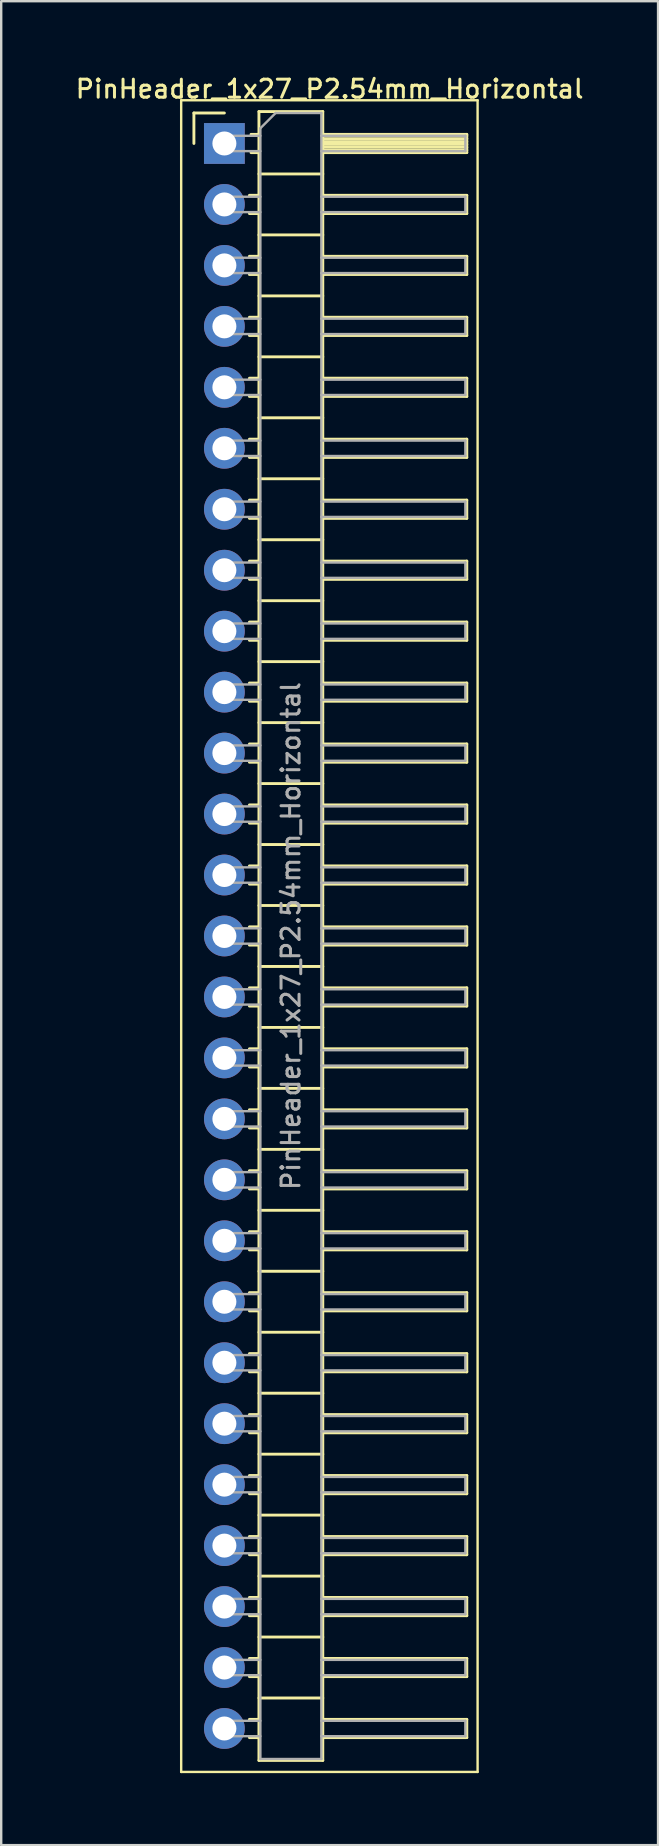
<source format=kicad_pcb>
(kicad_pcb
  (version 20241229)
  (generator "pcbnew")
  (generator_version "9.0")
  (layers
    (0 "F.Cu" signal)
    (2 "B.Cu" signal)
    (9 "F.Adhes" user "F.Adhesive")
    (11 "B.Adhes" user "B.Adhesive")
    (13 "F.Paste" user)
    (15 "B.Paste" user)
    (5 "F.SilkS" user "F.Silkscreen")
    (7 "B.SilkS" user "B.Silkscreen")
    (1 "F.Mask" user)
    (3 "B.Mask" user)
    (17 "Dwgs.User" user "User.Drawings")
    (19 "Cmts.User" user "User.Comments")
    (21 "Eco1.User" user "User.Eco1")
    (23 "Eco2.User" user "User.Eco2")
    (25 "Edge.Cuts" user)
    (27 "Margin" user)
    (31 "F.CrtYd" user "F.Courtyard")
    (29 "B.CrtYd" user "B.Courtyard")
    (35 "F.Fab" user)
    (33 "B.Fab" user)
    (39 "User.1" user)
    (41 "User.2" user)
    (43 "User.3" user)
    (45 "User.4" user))
  (footprint "PinHeader_1x27_P2.54mm_Horizontal"
    (layer "F.Cu")
    (at 6.299 2.928)
    (property "Reference" "PinHeader_1x27_P2.54mm_Horizontal" (at 4.385 -2.27 0) (layer "F.SilkS") (effects (font (size 0.75 0.75) (thickness 0.125))))
    (attr through_hole)
    (fp_line (start -1.8 -1.8) (end -1.8 67.85) (stroke (width 0.1) (type solid)) (layer "F.SilkS"))
    (fp_line (start -1.8 67.85) (end 10.55 67.85) (stroke (width 0.1) (type solid)) (layer "F.SilkS"))
    (fp_line (start -1.27 -1.27) (end 0 -1.27) (stroke (width 0.12) (type solid)) (layer "F.SilkS"))
    (fp_line (start -1.27 0) (end -1.27 -1.27) (stroke (width 0.12) (type solid)) (layer "F.SilkS"))
    (fp_line (start 1.043 2.16) (end 1.44 2.16) (stroke (width 0.12) (type solid)) (layer "F.SilkS"))
    (fp_line (start 1.043 2.92) (end 1.44 2.92) (stroke (width 0.12) (type solid)) (layer "F.SilkS"))
    (fp_line (start 1.043 4.7) (end 1.44 4.7) (stroke (width 0.12) (type solid)) (layer "F.SilkS"))
    (fp_line (start 1.043 5.46) (end 1.44 5.46) (stroke (width 0.12) (type solid)) (layer "F.SilkS"))
    (fp_line (start 1.043 7.24) (end 1.44 7.24) (stroke (width 0.12) (type solid)) (layer "F.SilkS"))
    (fp_line (start 1.043 8) (end 1.44 8) (stroke (width 0.12) (type solid)) (layer "F.SilkS"))
    (fp_line (start 1.043 9.78) (end 1.44 9.78) (stroke (width 0.12) (type solid)) (layer "F.SilkS"))
    (fp_line (start 1.043 10.54) (end 1.44 10.54) (stroke (width 0.12) (type solid)) (layer "F.SilkS"))
    (fp_line (start 1.043 12.32) (end 1.44 12.32) (stroke (width 0.12) (type solid)) (layer "F.SilkS"))
    (fp_line (start 1.043 13.08) (end 1.44 13.08) (stroke (width 0.12) (type solid)) (layer "F.SilkS"))
    (fp_line (start 1.043 14.86) (end 1.44 14.86) (stroke (width 0.12) (type solid)) (layer "F.SilkS"))
    (fp_line (start 1.043 15.62) (end 1.44 15.62) (stroke (width 0.12) (type solid)) (layer "F.SilkS"))
    (fp_line (start 1.043 17.4) (end 1.44 17.4) (stroke (width 0.12) (type solid)) (layer "F.SilkS"))
    (fp_line (start 1.043 18.16) (end 1.44 18.16) (stroke (width 0.12) (type solid)) (layer "F.SilkS"))
    (fp_line (start 1.043 19.94) (end 1.44 19.94) (stroke (width 0.12) (type solid)) (layer "F.SilkS"))
    (fp_line (start 1.043 20.7) (end 1.44 20.7) (stroke (width 0.12) (type solid)) (layer "F.SilkS"))
    (fp_line (start 1.043 22.48) (end 1.44 22.48) (stroke (width 0.12) (type solid)) (layer "F.SilkS"))
    (fp_line (start 1.043 23.24) (end 1.44 23.24) (stroke (width 0.12) (type solid)) (layer "F.SilkS"))
    (fp_line (start 1.043 25.02) (end 1.44 25.02) (stroke (width 0.12) (type solid)) (layer "F.SilkS"))
    (fp_line (start 1.043 25.78) (end 1.44 25.78) (stroke (width 0.12) (type solid)) (layer "F.SilkS"))
    (fp_line (start 1.043 27.56) (end 1.44 27.56) (stroke (width 0.12) (type solid)) (layer "F.SilkS"))
    (fp_line (start 1.043 28.32) (end 1.44 28.32) (stroke (width 0.12) (type solid)) (layer "F.SilkS"))
    (fp_line (start 1.043 30.1) (end 1.44 30.1) (stroke (width 0.12) (type solid)) (layer "F.SilkS"))
    (fp_line (start 1.043 30.86) (end 1.44 30.86) (stroke (width 0.12) (type solid)) (layer "F.SilkS"))
    (fp_line (start 1.043 32.64) (end 1.44 32.64) (stroke (width 0.12) (type solid)) (layer "F.SilkS"))
    (fp_line (start 1.043 33.4) (end 1.44 33.4) (stroke (width 0.12) (type solid)) (layer "F.SilkS"))
    (fp_line (start 1.043 35.18) (end 1.44 35.18) (stroke (width 0.12) (type solid)) (layer "F.SilkS"))
    (fp_line (start 1.043 35.94) (end 1.44 35.94) (stroke (width 0.12) (type solid)) (layer "F.SilkS"))
    (fp_line (start 1.043 37.72) (end 1.44 37.72) (stroke (width 0.12) (type solid)) (layer "F.SilkS"))
    (fp_line (start 1.043 38.48) (end 1.44 38.48) (stroke (width 0.12) (type solid)) (layer "F.SilkS"))
    (fp_line (start 1.043 40.26) (end 1.44 40.26) (stroke (width 0.12) (type solid)) (layer "F.SilkS"))
    (fp_line (start 1.043 41.02) (end 1.44 41.02) (stroke (width 0.12) (type solid)) (layer "F.SilkS"))
    (fp_line (start 1.043 42.8) (end 1.44 42.8) (stroke (width 0.12) (type solid)) (layer "F.SilkS"))
    (fp_line (start 1.043 43.56) (end 1.44 43.56) (stroke (width 0.12) (type solid)) (layer "F.SilkS"))
    (fp_line (start 1.043 45.34) (end 1.44 45.34) (stroke (width 0.12) (type solid)) (layer "F.SilkS"))
    (fp_line (start 1.043 46.1) (end 1.44 46.1) (stroke (width 0.12) (type solid)) (layer "F.SilkS"))
    (fp_line (start 1.043 47.88) (end 1.44 47.88) (stroke (width 0.12) (type solid)) (layer "F.SilkS"))
    (fp_line (start 1.043 48.64) (end 1.44 48.64) (stroke (width 0.12) (type solid)) (layer "F.SilkS"))
    (fp_line (start 1.043 50.42) (end 1.44 50.42) (stroke (width 0.12) (type solid)) (layer "F.SilkS"))
    (fp_line (start 1.043 51.18) (end 1.44 51.18) (stroke (width 0.12) (type solid)) (layer "F.SilkS"))
    (fp_line (start 1.043 52.96) (end 1.44 52.96) (stroke (width 0.12) (type solid)) (layer "F.SilkS"))
    (fp_line (start 1.043 53.72) (end 1.44 53.72) (stroke (width 0.12) (type solid)) (layer "F.SilkS"))
    (fp_line (start 1.043 55.5) (end 1.44 55.5) (stroke (width 0.12) (type solid)) (layer "F.SilkS"))
    (fp_line (start 1.043 56.26) (end 1.44 56.26) (stroke (width 0.12) (type solid)) (layer "F.SilkS"))
    (fp_line (start 1.043 58.04) (end 1.44 58.04) (stroke (width 0.12) (type solid)) (layer "F.SilkS"))
    (fp_line (start 1.043 58.8) (end 1.44 58.8) (stroke (width 0.12) (type solid)) (layer "F.SilkS"))
    (fp_line (start 1.043 60.58) (end 1.44 60.58) (stroke (width 0.12) (type solid)) (layer "F.SilkS"))
    (fp_line (start 1.043 61.34) (end 1.44 61.34) (stroke (width 0.12) (type solid)) (layer "F.SilkS"))
    (fp_line (start 1.043 63.12) (end 1.44 63.12) (stroke (width 0.12) (type solid)) (layer "F.SilkS"))
    (fp_line (start 1.043 63.88) (end 1.44 63.88) (stroke (width 0.12) (type solid)) (layer "F.SilkS"))
    (fp_line (start 1.043 65.66) (end 1.44 65.66) (stroke (width 0.12) (type solid)) (layer "F.SilkS"))
    (fp_line (start 1.043 66.42) (end 1.44 66.42) (stroke (width 0.12) (type solid)) (layer "F.SilkS"))
    (fp_line (start 1.11 -0.38) (end 1.44 -0.38) (stroke (width 0.12) (type solid)) (layer "F.SilkS"))
    (fp_line (start 1.11 0.38) (end 1.44 0.38) (stroke (width 0.12) (type solid)) (layer "F.SilkS"))
    (fp_line (start 1.44 -1.33) (end 1.44 67.37) (stroke (width 0.12) (type solid)) (layer "F.SilkS"))
    (fp_line (start 1.44 1.27) (end 4.1 1.27) (stroke (width 0.12) (type solid)) (layer "F.SilkS"))
    (fp_line (start 1.44 3.81) (end 4.1 3.81) (stroke (width 0.12) (type solid)) (layer "F.SilkS"))
    (fp_line (start 1.44 6.35) (end 4.1 6.35) (stroke (width 0.12) (type solid)) (layer "F.SilkS"))
    (fp_line (start 1.44 8.89) (end 4.1 8.89) (stroke (width 0.12) (type solid)) (layer "F.SilkS"))
    (fp_line (start 1.44 11.43) (end 4.1 11.43) (stroke (width 0.12) (type solid)) (layer "F.SilkS"))
    (fp_line (start 1.44 13.97) (end 4.1 13.97) (stroke (width 0.12) (type solid)) (layer "F.SilkS"))
    (fp_line (start 1.44 16.51) (end 4.1 16.51) (stroke (width 0.12) (type solid)) (layer "F.SilkS"))
    (fp_line (start 1.44 19.05) (end 4.1 19.05) (stroke (width 0.12) (type solid)) (layer "F.SilkS"))
    (fp_line (start 1.44 21.59) (end 4.1 21.59) (stroke (width 0.12) (type solid)) (layer "F.SilkS"))
    (fp_line (start 1.44 24.13) (end 4.1 24.13) (stroke (width 0.12) (type solid)) (layer "F.SilkS"))
    (fp_line (start 1.44 26.67) (end 4.1 26.67) (stroke (width 0.12) (type solid)) (layer "F.SilkS"))
    (fp_line (start 1.44 29.21) (end 4.1 29.21) (stroke (width 0.12) (type solid)) (layer "F.SilkS"))
    (fp_line (start 1.44 31.75) (end 4.1 31.75) (stroke (width 0.12) (type solid)) (layer "F.SilkS"))
    (fp_line (start 1.44 34.29) (end 4.1 34.29) (stroke (width 0.12) (type solid)) (layer "F.SilkS"))
    (fp_line (start 1.44 36.83) (end 4.1 36.83) (stroke (width 0.12) (type solid)) (layer "F.SilkS"))
    (fp_line (start 1.44 39.37) (end 4.1 39.37) (stroke (width 0.12) (type solid)) (layer "F.SilkS"))
    (fp_line (start 1.44 41.91) (end 4.1 41.91) (stroke (width 0.12) (type solid)) (layer "F.SilkS"))
    (fp_line (start 1.44 44.45) (end 4.1 44.45) (stroke (width 0.12) (type solid)) (layer "F.SilkS"))
    (fp_line (start 1.44 46.99) (end 4.1 46.99) (stroke (width 0.12) (type solid)) (layer "F.SilkS"))
    (fp_line (start 1.44 49.53) (end 4.1 49.53) (stroke (width 0.12) (type solid)) (layer "F.SilkS"))
    (fp_line (start 1.44 52.07) (end 4.1 52.07) (stroke (width 0.12) (type solid)) (layer "F.SilkS"))
    (fp_line (start 1.44 54.61) (end 4.1 54.61) (stroke (width 0.12) (type solid)) (layer "F.SilkS"))
    (fp_line (start 1.44 57.15) (end 4.1 57.15) (stroke (width 0.12) (type solid)) (layer "F.SilkS"))
    (fp_line (start 1.44 59.69) (end 4.1 59.69) (stroke (width 0.12) (type solid)) (layer "F.SilkS"))
    (fp_line (start 1.44 62.23) (end 4.1 62.23) (stroke (width 0.12) (type solid)) (layer "F.SilkS"))
    (fp_line (start 1.44 64.77) (end 4.1 64.77) (stroke (width 0.12) (type solid)) (layer "F.SilkS"))
    (fp_line (start 1.44 67.37) (end 4.1 67.37) (stroke (width 0.12) (type solid)) (layer "F.SilkS"))
    (fp_line (start 4.1 -1.33) (end 1.44 -1.33) (stroke (width 0.12) (type solid)) (layer "F.SilkS"))
    (fp_line (start 4.1 -0.38) (end 10.1 -0.38) (stroke (width 0.12) (type solid)) (layer "F.SilkS"))
    (fp_line (start 4.1 -0.32) (end 10.1 -0.32) (stroke (width 0.12) (type solid)) (layer "F.SilkS"))
    (fp_line (start 4.1 -0.2) (end 10.1 -0.2) (stroke (width 0.12) (type solid)) (layer "F.SilkS"))
    (fp_line (start 4.1 -0.08) (end 10.1 -0.08) (stroke (width 0.12) (type solid)) (layer "F.SilkS"))
    (fp_line (start 4.1 0.04) (end 10.1 0.04) (stroke (width 0.12) (type solid)) (layer "F.SilkS"))
    (fp_line (start 4.1 0.16) (end 10.1 0.16) (stroke (width 0.12) (type solid)) (layer "F.SilkS"))
    (fp_line (start 4.1 0.28) (end 10.1 0.28) (stroke (width 0.12) (type solid)) (layer "F.SilkS"))
    (fp_line (start 4.1 2.16) (end 10.1 2.16) (stroke (width 0.12) (type solid)) (layer "F.SilkS"))
    (fp_line (start 4.1 4.7) (end 10.1 4.7) (stroke (width 0.12) (type solid)) (layer "F.SilkS"))
    (fp_line (start 4.1 7.24) (end 10.1 7.24) (stroke (width 0.12) (type solid)) (layer "F.SilkS"))
    (fp_line (start 4.1 9.78) (end 10.1 9.78) (stroke (width 0.12) (type solid)) (layer "F.SilkS"))
    (fp_line (start 4.1 12.32) (end 10.1 12.32) (stroke (width 0.12) (type solid)) (layer "F.SilkS"))
    (fp_line (start 4.1 14.86) (end 10.1 14.86) (stroke (width 0.12) (type solid)) (layer "F.SilkS"))
    (fp_line (start 4.1 17.4) (end 10.1 17.4) (stroke (width 0.12) (type solid)) (layer "F.SilkS"))
    (fp_line (start 4.1 19.94) (end 10.1 19.94) (stroke (width 0.12) (type solid)) (layer "F.SilkS"))
    (fp_line (start 4.1 22.48) (end 10.1 22.48) (stroke (width 0.12) (type solid)) (layer "F.SilkS"))
    (fp_line (start 4.1 25.02) (end 10.1 25.02) (stroke (width 0.12) (type solid)) (layer "F.SilkS"))
    (fp_line (start 4.1 27.56) (end 10.1 27.56) (stroke (width 0.12) (type solid)) (layer "F.SilkS"))
    (fp_line (start 4.1 30.1) (end 10.1 30.1) (stroke (width 0.12) (type solid)) (layer "F.SilkS"))
    (fp_line (start 4.1 32.64) (end 10.1 32.64) (stroke (width 0.12) (type solid)) (layer "F.SilkS"))
    (fp_line (start 4.1 35.18) (end 10.1 35.18) (stroke (width 0.12) (type solid)) (layer "F.SilkS"))
    (fp_line (start 4.1 37.72) (end 10.1 37.72) (stroke (width 0.12) (type solid)) (layer "F.SilkS"))
    (fp_line (start 4.1 40.26) (end 10.1 40.26) (stroke (width 0.12) (type solid)) (layer "F.SilkS"))
    (fp_line (start 4.1 42.8) (end 10.1 42.8) (stroke (width 0.12) (type solid)) (layer "F.SilkS"))
    (fp_line (start 4.1 45.34) (end 10.1 45.34) (stroke (width 0.12) (type solid)) (layer "F.SilkS"))
    (fp_line (start 4.1 47.88) (end 10.1 47.88) (stroke (width 0.12) (type solid)) (layer "F.SilkS"))
    (fp_line (start 4.1 50.42) (end 10.1 50.42) (stroke (width 0.12) (type solid)) (layer "F.SilkS"))
    (fp_line (start 4.1 52.96) (end 10.1 52.96) (stroke (width 0.12) (type solid)) (layer "F.SilkS"))
    (fp_line (start 4.1 55.5) (end 10.1 55.5) (stroke (width 0.12) (type solid)) (layer "F.SilkS"))
    (fp_line (start 4.1 58.04) (end 10.1 58.04) (stroke (width 0.12) (type solid)) (layer "F.SilkS"))
    (fp_line (start 4.1 60.58) (end 10.1 60.58) (stroke (width 0.12) (type solid)) (layer "F.SilkS"))
    (fp_line (start 4.1 63.12) (end 10.1 63.12) (stroke (width 0.12) (type solid)) (layer "F.SilkS"))
    (fp_line (start 4.1 65.66) (end 10.1 65.66) (stroke (width 0.12) (type solid)) (layer "F.SilkS"))
    (fp_line (start 4.1 67.37) (end 4.1 -1.33) (stroke (width 0.12) (type solid)) (layer "F.SilkS"))
    (fp_line (start 10.1 -0.38) (end 10.1 0.38) (stroke (width 0.12) (type solid)) (layer "F.SilkS"))
    (fp_line (start 10.1 0.38) (end 4.1 0.38) (stroke (width 0.12) (type solid)) (layer "F.SilkS"))
    (fp_line (start 10.1 2.16) (end 10.1 2.92) (stroke (width 0.12) (type solid)) (layer "F.SilkS"))
    (fp_line (start 10.1 2.92) (end 4.1 2.92) (stroke (width 0.12) (type solid)) (layer "F.SilkS"))
    (fp_line (start 10.1 4.7) (end 10.1 5.46) (stroke (width 0.12) (type solid)) (layer "F.SilkS"))
    (fp_line (start 10.1 5.46) (end 4.1 5.46) (stroke (width 0.12) (type solid)) (layer "F.SilkS"))
    (fp_line (start 10.1 7.24) (end 10.1 8) (stroke (width 0.12) (type solid)) (layer "F.SilkS"))
    (fp_line (start 10.1 8) (end 4.1 8) (stroke (width 0.12) (type solid)) (layer "F.SilkS"))
    (fp_line (start 10.1 9.78) (end 10.1 10.54) (stroke (width 0.12) (type solid)) (layer "F.SilkS"))
    (fp_line (start 10.1 10.54) (end 4.1 10.54) (stroke (width 0.12) (type solid)) (layer "F.SilkS"))
    (fp_line (start 10.1 12.32) (end 10.1 13.08) (stroke (width 0.12) (type solid)) (layer "F.SilkS"))
    (fp_line (start 10.1 13.08) (end 4.1 13.08) (stroke (width 0.12) (type solid)) (layer "F.SilkS"))
    (fp_line (start 10.1 14.86) (end 10.1 15.62) (stroke (width 0.12) (type solid)) (layer "F.SilkS"))
    (fp_line (start 10.1 15.62) (end 4.1 15.62) (stroke (width 0.12) (type solid)) (layer "F.SilkS"))
    (fp_line (start 10.1 17.4) (end 10.1 18.16) (stroke (width 0.12) (type solid)) (layer "F.SilkS"))
    (fp_line (start 10.1 18.16) (end 4.1 18.16) (stroke (width 0.12) (type solid)) (layer "F.SilkS"))
    (fp_line (start 10.1 19.94) (end 10.1 20.7) (stroke (width 0.12) (type solid)) (layer "F.SilkS"))
    (fp_line (start 10.1 20.7) (end 4.1 20.7) (stroke (width 0.12) (type solid)) (layer "F.SilkS"))
    (fp_line (start 10.1 22.48) (end 10.1 23.24) (stroke (width 0.12) (type solid)) (layer "F.SilkS"))
    (fp_line (start 10.1 23.24) (end 4.1 23.24) (stroke (width 0.12) (type solid)) (layer "F.SilkS"))
    (fp_line (start 10.1 25.02) (end 10.1 25.78) (stroke (width 0.12) (type solid)) (layer "F.SilkS"))
    (fp_line (start 10.1 25.78) (end 4.1 25.78) (stroke (width 0.12) (type solid)) (layer "F.SilkS"))
    (fp_line (start 10.1 27.56) (end 10.1 28.32) (stroke (width 0.12) (type solid)) (layer "F.SilkS"))
    (fp_line (start 10.1 28.32) (end 4.1 28.32) (stroke (width 0.12) (type solid)) (layer "F.SilkS"))
    (fp_line (start 10.1 30.1) (end 10.1 30.86) (stroke (width 0.12) (type solid)) (layer "F.SilkS"))
    (fp_line (start 10.1 30.86) (end 4.1 30.86) (stroke (width 0.12) (type solid)) (layer "F.SilkS"))
    (fp_line (start 10.1 32.64) (end 10.1 33.4) (stroke (width 0.12) (type solid)) (layer "F.SilkS"))
    (fp_line (start 10.1 33.4) (end 4.1 33.4) (stroke (width 0.12) (type solid)) (layer "F.SilkS"))
    (fp_line (start 10.1 35.18) (end 10.1 35.94) (stroke (width 0.12) (type solid)) (layer "F.SilkS"))
    (fp_line (start 10.1 35.94) (end 4.1 35.94) (stroke (width 0.12) (type solid)) (layer "F.SilkS"))
    (fp_line (start 10.1 37.72) (end 10.1 38.48) (stroke (width 0.12) (type solid)) (layer "F.SilkS"))
    (fp_line (start 10.1 38.48) (end 4.1 38.48) (stroke (width 0.12) (type solid)) (layer "F.SilkS"))
    (fp_line (start 10.1 40.26) (end 10.1 41.02) (stroke (width 0.12) (type solid)) (layer "F.SilkS"))
    (fp_line (start 10.1 41.02) (end 4.1 41.02) (stroke (width 0.12) (type solid)) (layer "F.SilkS"))
    (fp_line (start 10.1 42.8) (end 10.1 43.56) (stroke (width 0.12) (type solid)) (layer "F.SilkS"))
    (fp_line (start 10.1 43.56) (end 4.1 43.56) (stroke (width 0.12) (type solid)) (layer "F.SilkS"))
    (fp_line (start 10.1 45.34) (end 10.1 46.1) (stroke (width 0.12) (type solid)) (layer "F.SilkS"))
    (fp_line (start 10.1 46.1) (end 4.1 46.1) (stroke (width 0.12) (type solid)) (layer "F.SilkS"))
    (fp_line (start 10.1 47.88) (end 10.1 48.64) (stroke (width 0.12) (type solid)) (layer "F.SilkS"))
    (fp_line (start 10.1 48.64) (end 4.1 48.64) (stroke (width 0.12) (type solid)) (layer "F.SilkS"))
    (fp_line (start 10.1 50.42) (end 10.1 51.18) (stroke (width 0.12) (type solid)) (layer "F.SilkS"))
    (fp_line (start 10.1 51.18) (end 4.1 51.18) (stroke (width 0.12) (type solid)) (layer "F.SilkS"))
    (fp_line (start 10.1 52.96) (end 10.1 53.72) (stroke (width 0.12) (type solid)) (layer "F.SilkS"))
    (fp_line (start 10.1 53.72) (end 4.1 53.72) (stroke (width 0.12) (type solid)) (layer "F.SilkS"))
    (fp_line (start 10.1 55.5) (end 10.1 56.26) (stroke (width 0.12) (type solid)) (layer "F.SilkS"))
    (fp_line (start 10.1 56.26) (end 4.1 56.26) (stroke (width 0.12) (type solid)) (layer "F.SilkS"))
    (fp_line (start 10.1 58.04) (end 10.1 58.8) (stroke (width 0.12) (type solid)) (layer "F.SilkS"))
    (fp_line (start 10.1 58.8) (end 4.1 58.8) (stroke (width 0.12) (type solid)) (layer "F.SilkS"))
    (fp_line (start 10.1 60.58) (end 10.1 61.34) (stroke (width 0.12) (type solid)) (layer "F.SilkS"))
    (fp_line (start 10.1 61.34) (end 4.1 61.34) (stroke (width 0.12) (type solid)) (layer "F.SilkS"))
    (fp_line (start 10.1 63.12) (end 10.1 63.88) (stroke (width 0.12) (type solid)) (layer "F.SilkS"))
    (fp_line (start 10.1 63.88) (end 4.1 63.88) (stroke (width 0.12) (type solid)) (layer "F.SilkS"))
    (fp_line (start 10.1 65.66) (end 10.1 66.42) (stroke (width 0.12) (type solid)) (layer "F.SilkS"))
    (fp_line (start 10.1 66.42) (end 4.1 66.42) (stroke (width 0.12) (type solid)) (layer "F.SilkS"))
    (fp_line (start 10.55 -1.8) (end -1.8 -1.8) (stroke (width 0.1) (type solid)) (layer "F.SilkS"))
    (fp_line (start 10.55 67.85) (end 10.55 -1.8) (stroke (width 0.1) (type solid)) (layer "F.SilkS"))
    (fp_line (start -0.32 -0.32) (end -0.32 0.32) (stroke (width 0.1) (type solid)) (layer "F.Fab"))
    (fp_line (start -0.32 -0.32) (end 1.5 -0.32) (stroke (width 0.1) (type solid)) (layer "F.Fab"))
    (fp_line (start -0.32 0.32) (end 1.5 0.32) (stroke (width 0.1) (type solid)) (layer "F.Fab"))
    (fp_line (start -0.32 2.22) (end -0.32 2.86) (stroke (width 0.1) (type solid)) (layer "F.Fab"))
    (fp_line (start -0.32 2.22) (end 1.5 2.22) (stroke (width 0.1) (type solid)) (layer "F.Fab"))
    (fp_line (start -0.32 2.86) (end 1.5 2.86) (stroke (width 0.1) (type solid)) (layer "F.Fab"))
    (fp_line (start -0.32 4.76) (end -0.32 5.4) (stroke (width 0.1) (type solid)) (layer "F.Fab"))
    (fp_line (start -0.32 4.76) (end 1.5 4.76) (stroke (width 0.1) (type solid)) (layer "F.Fab"))
    (fp_line (start -0.32 5.4) (end 1.5 5.4) (stroke (width 0.1) (type solid)) (layer "F.Fab"))
    (fp_line (start -0.32 7.3) (end -0.32 7.94) (stroke (width 0.1) (type solid)) (layer "F.Fab"))
    (fp_line (start -0.32 7.3) (end 1.5 7.3) (stroke (width 0.1) (type solid)) (layer "F.Fab"))
    (fp_line (start -0.32 7.94) (end 1.5 7.94) (stroke (width 0.1) (type solid)) (layer "F.Fab"))
    (fp_line (start -0.32 9.84) (end -0.32 10.48) (stroke (width 0.1) (type solid)) (layer "F.Fab"))
    (fp_line (start -0.32 9.84) (end 1.5 9.84) (stroke (width 0.1) (type solid)) (layer "F.Fab"))
    (fp_line (start -0.32 10.48) (end 1.5 10.48) (stroke (width 0.1) (type solid)) (layer "F.Fab"))
    (fp_line (start -0.32 12.38) (end -0.32 13.02) (stroke (width 0.1) (type solid)) (layer "F.Fab"))
    (fp_line (start -0.32 12.38) (end 1.5 12.38) (stroke (width 0.1) (type solid)) (layer "F.Fab"))
    (fp_line (start -0.32 13.02) (end 1.5 13.02) (stroke (width 0.1) (type solid)) (layer "F.Fab"))
    (fp_line (start -0.32 14.92) (end -0.32 15.56) (stroke (width 0.1) (type solid)) (layer "F.Fab"))
    (fp_line (start -0.32 14.92) (end 1.5 14.92) (stroke (width 0.1) (type solid)) (layer "F.Fab"))
    (fp_line (start -0.32 15.56) (end 1.5 15.56) (stroke (width 0.1) (type solid)) (layer "F.Fab"))
    (fp_line (start -0.32 17.46) (end -0.32 18.1) (stroke (width 0.1) (type solid)) (layer "F.Fab"))
    (fp_line (start -0.32 17.46) (end 1.5 17.46) (stroke (width 0.1) (type solid)) (layer "F.Fab"))
    (fp_line (start -0.32 18.1) (end 1.5 18.1) (stroke (width 0.1) (type solid)) (layer "F.Fab"))
    (fp_line (start -0.32 20) (end -0.32 20.64) (stroke (width 0.1) (type solid)) (layer "F.Fab"))
    (fp_line (start -0.32 20) (end 1.5 20) (stroke (width 0.1) (type solid)) (layer "F.Fab"))
    (fp_line (start -0.32 20.64) (end 1.5 20.64) (stroke (width 0.1) (type solid)) (layer "F.Fab"))
    (fp_line (start -0.32 22.54) (end -0.32 23.18) (stroke (width 0.1) (type solid)) (layer "F.Fab"))
    (fp_line (start -0.32 22.54) (end 1.5 22.54) (stroke (width 0.1) (type solid)) (layer "F.Fab"))
    (fp_line (start -0.32 23.18) (end 1.5 23.18) (stroke (width 0.1) (type solid)) (layer "F.Fab"))
    (fp_line (start -0.32 25.08) (end -0.32 25.72) (stroke (width 0.1) (type solid)) (layer "F.Fab"))
    (fp_line (start -0.32 25.08) (end 1.5 25.08) (stroke (width 0.1) (type solid)) (layer "F.Fab"))
    (fp_line (start -0.32 25.72) (end 1.5 25.72) (stroke (width 0.1) (type solid)) (layer "F.Fab"))
    (fp_line (start -0.32 27.62) (end -0.32 28.26) (stroke (width 0.1) (type solid)) (layer "F.Fab"))
    (fp_line (start -0.32 27.62) (end 1.5 27.62) (stroke (width 0.1) (type solid)) (layer "F.Fab"))
    (fp_line (start -0.32 28.26) (end 1.5 28.26) (stroke (width 0.1) (type solid)) (layer "F.Fab"))
    (fp_line (start -0.32 30.16) (end -0.32 30.8) (stroke (width 0.1) (type solid)) (layer "F.Fab"))
    (fp_line (start -0.32 30.16) (end 1.5 30.16) (stroke (width 0.1) (type solid)) (layer "F.Fab"))
    (fp_line (start -0.32 30.8) (end 1.5 30.8) (stroke (width 0.1) (type solid)) (layer "F.Fab"))
    (fp_line (start -0.32 32.7) (end -0.32 33.34) (stroke (width 0.1) (type solid)) (layer "F.Fab"))
    (fp_line (start -0.32 32.7) (end 1.5 32.7) (stroke (width 0.1) (type solid)) (layer "F.Fab"))
    (fp_line (start -0.32 33.34) (end 1.5 33.34) (stroke (width 0.1) (type solid)) (layer "F.Fab"))
    (fp_line (start -0.32 35.24) (end -0.32 35.88) (stroke (width 0.1) (type solid)) (layer "F.Fab"))
    (fp_line (start -0.32 35.24) (end 1.5 35.24) (stroke (width 0.1) (type solid)) (layer "F.Fab"))
    (fp_line (start -0.32 35.88) (end 1.5 35.88) (stroke (width 0.1) (type solid)) (layer "F.Fab"))
    (fp_line (start -0.32 37.78) (end -0.32 38.42) (stroke (width 0.1) (type solid)) (layer "F.Fab"))
    (fp_line (start -0.32 37.78) (end 1.5 37.78) (stroke (width 0.1) (type solid)) (layer "F.Fab"))
    (fp_line (start -0.32 38.42) (end 1.5 38.42) (stroke (width 0.1) (type solid)) (layer "F.Fab"))
    (fp_line (start -0.32 40.32) (end -0.32 40.96) (stroke (width 0.1) (type solid)) (layer "F.Fab"))
    (fp_line (start -0.32 40.32) (end 1.5 40.32) (stroke (width 0.1) (type solid)) (layer "F.Fab"))
    (fp_line (start -0.32 40.96) (end 1.5 40.96) (stroke (width 0.1) (type solid)) (layer "F.Fab"))
    (fp_line (start -0.32 42.86) (end -0.32 43.5) (stroke (width 0.1) (type solid)) (layer "F.Fab"))
    (fp_line (start -0.32 42.86) (end 1.5 42.86) (stroke (width 0.1) (type solid)) (layer "F.Fab"))
    (fp_line (start -0.32 43.5) (end 1.5 43.5) (stroke (width 0.1) (type solid)) (layer "F.Fab"))
    (fp_line (start -0.32 45.4) (end -0.32 46.04) (stroke (width 0.1) (type solid)) (layer "F.Fab"))
    (fp_line (start -0.32 45.4) (end 1.5 45.4) (stroke (width 0.1) (type solid)) (layer "F.Fab"))
    (fp_line (start -0.32 46.04) (end 1.5 46.04) (stroke (width 0.1) (type solid)) (layer "F.Fab"))
    (fp_line (start -0.32 47.94) (end -0.32 48.58) (stroke (width 0.1) (type solid)) (layer "F.Fab"))
    (fp_line (start -0.32 47.94) (end 1.5 47.94) (stroke (width 0.1) (type solid)) (layer "F.Fab"))
    (fp_line (start -0.32 48.58) (end 1.5 48.58) (stroke (width 0.1) (type solid)) (layer "F.Fab"))
    (fp_line (start -0.32 50.48) (end -0.32 51.12) (stroke (width 0.1) (type solid)) (layer "F.Fab"))
    (fp_line (start -0.32 50.48) (end 1.5 50.48) (stroke (width 0.1) (type solid)) (layer "F.Fab"))
    (fp_line (start -0.32 51.12) (end 1.5 51.12) (stroke (width 0.1) (type solid)) (layer "F.Fab"))
    (fp_line (start -0.32 53.02) (end -0.32 53.66) (stroke (width 0.1) (type solid)) (layer "F.Fab"))
    (fp_line (start -0.32 53.02) (end 1.5 53.02) (stroke (width 0.1) (type solid)) (layer "F.Fab"))
    (fp_line (start -0.32 53.66) (end 1.5 53.66) (stroke (width 0.1) (type solid)) (layer "F.Fab"))
    (fp_line (start -0.32 55.56) (end -0.32 56.2) (stroke (width 0.1) (type solid)) (layer "F.Fab"))
    (fp_line (start -0.32 55.56) (end 1.5 55.56) (stroke (width 0.1) (type solid)) (layer "F.Fab"))
    (fp_line (start -0.32 56.2) (end 1.5 56.2) (stroke (width 0.1) (type solid)) (layer "F.Fab"))
    (fp_line (start -0.32 58.1) (end -0.32 58.74) (stroke (width 0.1) (type solid)) (layer "F.Fab"))
    (fp_line (start -0.32 58.1) (end 1.5 58.1) (stroke (width 0.1) (type solid)) (layer "F.Fab"))
    (fp_line (start -0.32 58.74) (end 1.5 58.74) (stroke (width 0.1) (type solid)) (layer "F.Fab"))
    (fp_line (start -0.32 60.64) (end -0.32 61.28) (stroke (width 0.1) (type solid)) (layer "F.Fab"))
    (fp_line (start -0.32 60.64) (end 1.5 60.64) (stroke (width 0.1) (type solid)) (layer "F.Fab"))
    (fp_line (start -0.32 61.28) (end 1.5 61.28) (stroke (width 0.1) (type solid)) (layer "F.Fab"))
    (fp_line (start -0.32 63.18) (end -0.32 63.82) (stroke (width 0.1) (type solid)) (layer "F.Fab"))
    (fp_line (start -0.32 63.18) (end 1.5 63.18) (stroke (width 0.1) (type solid)) (layer "F.Fab"))
    (fp_line (start -0.32 63.82) (end 1.5 63.82) (stroke (width 0.1) (type solid)) (layer "F.Fab"))
    (fp_line (start -0.32 65.72) (end -0.32 66.36) (stroke (width 0.1) (type solid)) (layer "F.Fab"))
    (fp_line (start -0.32 65.72) (end 1.5 65.72) (stroke (width 0.1) (type solid)) (layer "F.Fab"))
    (fp_line (start -0.32 66.36) (end 1.5 66.36) (stroke (width 0.1) (type solid)) (layer "F.Fab"))
    (fp_line (start 1.5 -0.635) (end 2.135 -1.27) (stroke (width 0.1) (type solid)) (layer "F.Fab"))
    (fp_line (start 1.5 67.31) (end 1.5 -0.635) (stroke (width 0.1) (type solid)) (layer "F.Fab"))
    (fp_line (start 2.135 -1.27) (end 4.04 -1.27) (stroke (width 0.1) (type solid)) (layer "F.Fab"))
    (fp_line (start 4.04 -1.27) (end 4.04 67.31) (stroke (width 0.1) (type solid)) (layer "F.Fab"))
    (fp_line (start 4.04 -0.32) (end 10.04 -0.32) (stroke (width 0.1) (type solid)) (layer "F.Fab"))
    (fp_line (start 4.04 0.32) (end 10.04 0.32) (stroke (width 0.1) (type solid)) (layer "F.Fab"))
    (fp_line (start 4.04 2.22) (end 10.04 2.22) (stroke (width 0.1) (type solid)) (layer "F.Fab"))
    (fp_line (start 4.04 2.86) (end 10.04 2.86) (stroke (width 0.1) (type solid)) (layer "F.Fab"))
    (fp_line (start 4.04 4.76) (end 10.04 4.76) (stroke (width 0.1) (type solid)) (layer "F.Fab"))
    (fp_line (start 4.04 5.4) (end 10.04 5.4) (stroke (width 0.1) (type solid)) (layer "F.Fab"))
    (fp_line (start 4.04 7.3) (end 10.04 7.3) (stroke (width 0.1) (type solid)) (layer "F.Fab"))
    (fp_line (start 4.04 7.94) (end 10.04 7.94) (stroke (width 0.1) (type solid)) (layer "F.Fab"))
    (fp_line (start 4.04 9.84) (end 10.04 9.84) (stroke (width 0.1) (type solid)) (layer "F.Fab"))
    (fp_line (start 4.04 10.48) (end 10.04 10.48) (stroke (width 0.1) (type solid)) (layer "F.Fab"))
    (fp_line (start 4.04 12.38) (end 10.04 12.38) (stroke (width 0.1) (type solid)) (layer "F.Fab"))
    (fp_line (start 4.04 13.02) (end 10.04 13.02) (stroke (width 0.1) (type solid)) (layer "F.Fab"))
    (fp_line (start 4.04 14.92) (end 10.04 14.92) (stroke (width 0.1) (type solid)) (layer "F.Fab"))
    (fp_line (start 4.04 15.56) (end 10.04 15.56) (stroke (width 0.1) (type solid)) (layer "F.Fab"))
    (fp_line (start 4.04 17.46) (end 10.04 17.46) (stroke (width 0.1) (type solid)) (layer "F.Fab"))
    (fp_line (start 4.04 18.1) (end 10.04 18.1) (stroke (width 0.1) (type solid)) (layer "F.Fab"))
    (fp_line (start 4.04 20) (end 10.04 20) (stroke (width 0.1) (type solid)) (layer "F.Fab"))
    (fp_line (start 4.04 20.64) (end 10.04 20.64) (stroke (width 0.1) (type solid)) (layer "F.Fab"))
    (fp_line (start 4.04 22.54) (end 10.04 22.54) (stroke (width 0.1) (type solid)) (layer "F.Fab"))
    (fp_line (start 4.04 23.18) (end 10.04 23.18) (stroke (width 0.1) (type solid)) (layer "F.Fab"))
    (fp_line (start 4.04 25.08) (end 10.04 25.08) (stroke (width 0.1) (type solid)) (layer "F.Fab"))
    (fp_line (start 4.04 25.72) (end 10.04 25.72) (stroke (width 0.1) (type solid)) (layer "F.Fab"))
    (fp_line (start 4.04 27.62) (end 10.04 27.62) (stroke (width 0.1) (type solid)) (layer "F.Fab"))
    (fp_line (start 4.04 28.26) (end 10.04 28.26) (stroke (width 0.1) (type solid)) (layer "F.Fab"))
    (fp_line (start 4.04 30.16) (end 10.04 30.16) (stroke (width 0.1) (type solid)) (layer "F.Fab"))
    (fp_line (start 4.04 30.8) (end 10.04 30.8) (stroke (width 0.1) (type solid)) (layer "F.Fab"))
    (fp_line (start 4.04 32.7) (end 10.04 32.7) (stroke (width 0.1) (type solid)) (layer "F.Fab"))
    (fp_line (start 4.04 33.34) (end 10.04 33.34) (stroke (width 0.1) (type solid)) (layer "F.Fab"))
    (fp_line (start 4.04 35.24) (end 10.04 35.24) (stroke (width 0.1) (type solid)) (layer "F.Fab"))
    (fp_line (start 4.04 35.88) (end 10.04 35.88) (stroke (width 0.1) (type solid)) (layer "F.Fab"))
    (fp_line (start 4.04 37.78) (end 10.04 37.78) (stroke (width 0.1) (type solid)) (layer "F.Fab"))
    (fp_line (start 4.04 38.42) (end 10.04 38.42) (stroke (width 0.1) (type solid)) (layer "F.Fab"))
    (fp_line (start 4.04 40.32) (end 10.04 40.32) (stroke (width 0.1) (type solid)) (layer "F.Fab"))
    (fp_line (start 4.04 40.96) (end 10.04 40.96) (stroke (width 0.1) (type solid)) (layer "F.Fab"))
    (fp_line (start 4.04 42.86) (end 10.04 42.86) (stroke (width 0.1) (type solid)) (layer "F.Fab"))
    (fp_line (start 4.04 43.5) (end 10.04 43.5) (stroke (width 0.1) (type solid)) (layer "F.Fab"))
    (fp_line (start 4.04 45.4) (end 10.04 45.4) (stroke (width 0.1) (type solid)) (layer "F.Fab"))
    (fp_line (start 4.04 46.04) (end 10.04 46.04) (stroke (width 0.1) (type solid)) (layer "F.Fab"))
    (fp_line (start 4.04 47.94) (end 10.04 47.94) (stroke (width 0.1) (type solid)) (layer "F.Fab"))
    (fp_line (start 4.04 48.58) (end 10.04 48.58) (stroke (width 0.1) (type solid)) (layer "F.Fab"))
    (fp_line (start 4.04 50.48) (end 10.04 50.48) (stroke (width 0.1) (type solid)) (layer "F.Fab"))
    (fp_line (start 4.04 51.12) (end 10.04 51.12) (stroke (width 0.1) (type solid)) (layer "F.Fab"))
    (fp_line (start 4.04 53.02) (end 10.04 53.02) (stroke (width 0.1) (type solid)) (layer "F.Fab"))
    (fp_line (start 4.04 53.66) (end 10.04 53.66) (stroke (width 0.1) (type solid)) (layer "F.Fab"))
    (fp_line (start 4.04 55.56) (end 10.04 55.56) (stroke (width 0.1) (type solid)) (layer "F.Fab"))
    (fp_line (start 4.04 56.2) (end 10.04 56.2) (stroke (width 0.1) (type solid)) (layer "F.Fab"))
    (fp_line (start 4.04 58.1) (end 10.04 58.1) (stroke (width 0.1) (type solid)) (layer "F.Fab"))
    (fp_line (start 4.04 58.74) (end 10.04 58.74) (stroke (width 0.1) (type solid)) (layer "F.Fab"))
    (fp_line (start 4.04 60.64) (end 10.04 60.64) (stroke (width 0.1) (type solid)) (layer "F.Fab"))
    (fp_line (start 4.04 61.28) (end 10.04 61.28) (stroke (width 0.1) (type solid)) (layer "F.Fab"))
    (fp_line (start 4.04 63.18) (end 10.04 63.18) (stroke (width 0.1) (type solid)) (layer "F.Fab"))
    (fp_line (start 4.04 63.82) (end 10.04 63.82) (stroke (width 0.1) (type solid)) (layer "F.Fab"))
    (fp_line (start 4.04 65.72) (end 10.04 65.72) (stroke (width 0.1) (type solid)) (layer "F.Fab"))
    (fp_line (start 4.04 66.36) (end 10.04 66.36) (stroke (width 0.1) (type solid)) (layer "F.Fab"))
    (fp_line (start 4.04 67.31) (end 1.5 67.31) (stroke (width 0.1) (type solid)) (layer "F.Fab"))
    (fp_line (start 10.04 -0.32) (end 10.04 0.32) (stroke (width 0.1) (type solid)) (layer "F.Fab"))
    (fp_line (start 10.04 2.22) (end 10.04 2.86) (stroke (width 0.1) (type solid)) (layer "F.Fab"))
    (fp_line (start 10.04 4.76) (end 10.04 5.4) (stroke (width 0.1) (type solid)) (layer "F.Fab"))
    (fp_line (start 10.04 7.3) (end 10.04 7.94) (stroke (width 0.1) (type solid)) (layer "F.Fab"))
    (fp_line (start 10.04 9.84) (end 10.04 10.48) (stroke (width 0.1) (type solid)) (layer "F.Fab"))
    (fp_line (start 10.04 12.38) (end 10.04 13.02) (stroke (width 0.1) (type solid)) (layer "F.Fab"))
    (fp_line (start 10.04 14.92) (end 10.04 15.56) (stroke (width 0.1) (type solid)) (layer "F.Fab"))
    (fp_line (start 10.04 17.46) (end 10.04 18.1) (stroke (width 0.1) (type solid)) (layer "F.Fab"))
    (fp_line (start 10.04 20) (end 10.04 20.64) (stroke (width 0.1) (type solid)) (layer "F.Fab"))
    (fp_line (start 10.04 22.54) (end 10.04 23.18) (stroke (width 0.1) (type solid)) (layer "F.Fab"))
    (fp_line (start 10.04 25.08) (end 10.04 25.72) (stroke (width 0.1) (type solid)) (layer "F.Fab"))
    (fp_line (start 10.04 27.62) (end 10.04 28.26) (stroke (width 0.1) (type solid)) (layer "F.Fab"))
    (fp_line (start 10.04 30.16) (end 10.04 30.8) (stroke (width 0.1) (type solid)) (layer "F.Fab"))
    (fp_line (start 10.04 32.7) (end 10.04 33.34) (stroke (width 0.1) (type solid)) (layer "F.Fab"))
    (fp_line (start 10.04 35.24) (end 10.04 35.88) (stroke (width 0.1) (type solid)) (layer "F.Fab"))
    (fp_line (start 10.04 37.78) (end 10.04 38.42) (stroke (width 0.1) (type solid)) (layer "F.Fab"))
    (fp_line (start 10.04 40.32) (end 10.04 40.96) (stroke (width 0.1) (type solid)) (layer "F.Fab"))
    (fp_line (start 10.04 42.86) (end 10.04 43.5) (stroke (width 0.1) (type solid)) (layer "F.Fab"))
    (fp_line (start 10.04 45.4) (end 10.04 46.04) (stroke (width 0.1) (type solid)) (layer "F.Fab"))
    (fp_line (start 10.04 47.94) (end 10.04 48.58) (stroke (width 0.1) (type solid)) (layer "F.Fab"))
    (fp_line (start 10.04 50.48) (end 10.04 51.12) (stroke (width 0.1) (type solid)) (layer "F.Fab"))
    (fp_line (start 10.04 53.02) (end 10.04 53.66) (stroke (width 0.1) (type solid)) (layer "F.Fab"))
    (fp_line (start 10.04 55.56) (end 10.04 56.2) (stroke (width 0.1) (type solid)) (layer "F.Fab"))
    (fp_line (start 10.04 58.1) (end 10.04 58.74) (stroke (width 0.1) (type solid)) (layer "F.Fab"))
    (fp_line (start 10.04 60.64) (end 10.04 61.28) (stroke (width 0.1) (type solid)) (layer "F.Fab"))
    (fp_line (start 10.04 63.18) (end 10.04 63.82) (stroke (width 0.1) (type solid)) (layer "F.Fab"))
    (fp_line (start 10.04 65.72) (end 10.04 66.36) (stroke (width 0.1) (type solid)) (layer "F.Fab"))
    (fp_text user "${REFERENCE}" (at 2.77 33.02 90) (layer "F.Fab") (effects (font (size 0.75 0.75) (thickness 0.125))))
    (pad "1" thru_hole rect (at 0 0) (size 1.7 1.7) (drill 1) (layers "*.Cu" "*.Mask"))
    (pad "2" thru_hole oval (at 0 2.54) (size 1.7 1.7) (drill 1) (layers "*.Cu" "*.Mask"))
    (pad "3" thru_hole oval (at 0 5.08) (size 1.7 1.7) (drill 1) (layers "*.Cu" "*.Mask"))
    (pad "4" thru_hole oval (at 0 7.62) (size 1.7 1.7) (drill 1) (layers "*.Cu" "*.Mask"))
    (pad "5" thru_hole oval (at 0 10.16) (size 1.7 1.7) (drill 1) (layers "*.Cu" "*.Mask"))
    (pad "6" thru_hole oval (at 0 12.7) (size 1.7 1.7) (drill 1) (layers "*.Cu" "*.Mask"))
    (pad "7" thru_hole oval (at 0 15.24) (size 1.7 1.7) (drill 1) (layers "*.Cu" "*.Mask"))
    (pad "8" thru_hole oval (at 0 17.78) (size 1.7 1.7) (drill 1) (layers "*.Cu" "*.Mask"))
    (pad "9" thru_hole oval (at 0 20.32) (size 1.7 1.7) (drill 1) (layers "*.Cu" "*.Mask"))
    (pad "10" thru_hole oval (at 0 22.86) (size 1.7 1.7) (drill 1) (layers "*.Cu" "*.Mask"))
    (pad "11" thru_hole oval (at 0 25.4) (size 1.7 1.7) (drill 1) (layers "*.Cu" "*.Mask"))
    (pad "12" thru_hole oval (at 0 27.94) (size 1.7 1.7) (drill 1) (layers "*.Cu" "*.Mask"))
    (pad "13" thru_hole oval (at 0 30.48) (size 1.7 1.7) (drill 1) (layers "*.Cu" "*.Mask"))
    (pad "14" thru_hole oval (at 0 33.02) (size 1.7 1.7) (drill 1) (layers "*.Cu" "*.Mask"))
    (pad "15" thru_hole oval (at 0 35.56) (size 1.7 1.7) (drill 1) (layers "*.Cu" "*.Mask"))
    (pad "16" thru_hole oval (at 0 38.1) (size 1.7 1.7) (drill 1) (layers "*.Cu" "*.Mask"))
    (pad "17" thru_hole oval (at 0 40.64) (size 1.7 1.7) (drill 1) (layers "*.Cu" "*.Mask"))
    (pad "18" thru_hole oval (at 0 43.18) (size 1.7 1.7) (drill 1) (layers "*.Cu" "*.Mask"))
    (pad "19" thru_hole oval (at 0 45.72) (size 1.7 1.7) (drill 1) (layers "*.Cu" "*.Mask"))
    (pad "20" thru_hole oval (at 0 48.26) (size 1.7 1.7) (drill 1) (layers "*.Cu" "*.Mask"))
    (pad "21" thru_hole oval (at 0 50.8) (size 1.7 1.7) (drill 1) (layers "*.Cu" "*.Mask"))
    (pad "22" thru_hole oval (at 0 53.34) (size 1.7 1.7) (drill 1) (layers "*.Cu" "*.Mask"))
    (pad "23" thru_hole oval (at 0 55.88) (size 1.7 1.7) (drill 1) (layers "*.Cu" "*.Mask"))
    (pad "24" thru_hole oval (at 0 58.42) (size 1.7 1.7) (drill 1) (layers "*.Cu" "*.Mask"))
    (pad "25" thru_hole oval (at 0 60.96) (size 1.7 1.7) (drill 1) (layers "*.Cu" "*.Mask"))
    (pad "26" thru_hole oval (at 0 63.5) (size 1.7 1.7) (drill 1) (layers "*.Cu" "*.Mask"))
    (pad "27" thru_hole oval (at 0 66.04) (size 1.7 1.7) (drill 1) (layers "*.Cu" "*.Mask")))
  (gr_rect
    (start -3 -3)
    (end 24.368 73.828)
    (stroke (width 0.1) (type default))
    (fill no)
    (layer "Edge.Cuts")))
</source>
